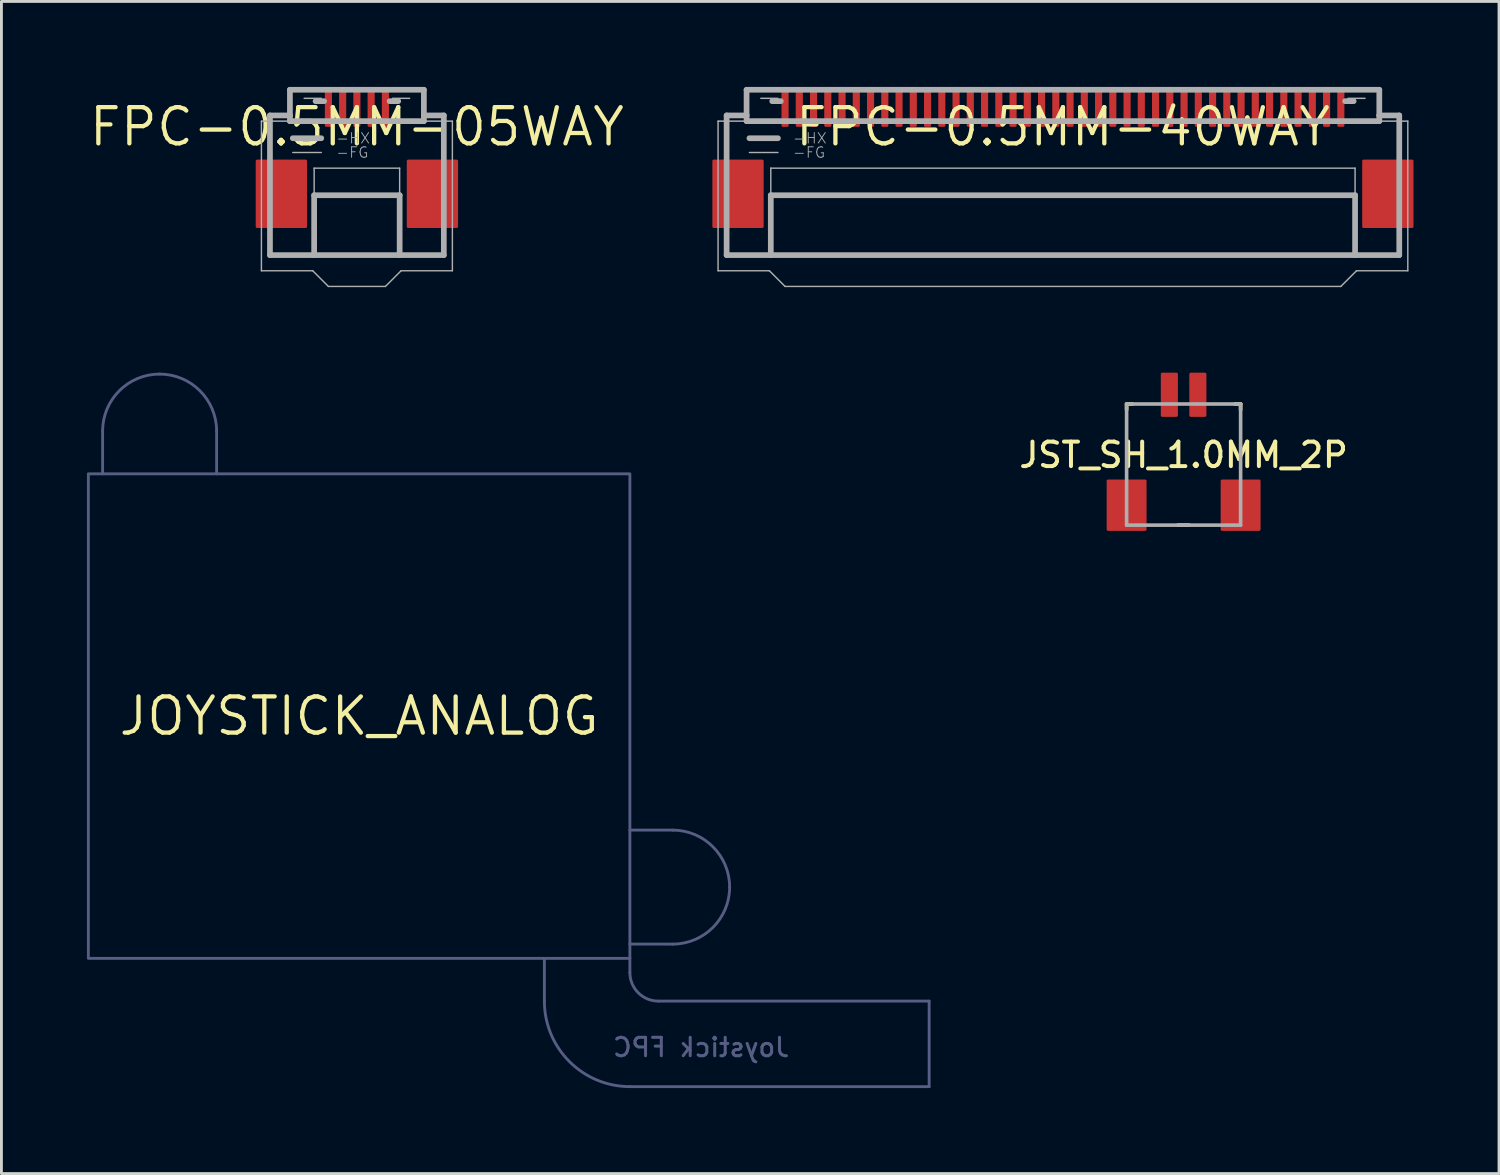
<source format=kicad_pcb>
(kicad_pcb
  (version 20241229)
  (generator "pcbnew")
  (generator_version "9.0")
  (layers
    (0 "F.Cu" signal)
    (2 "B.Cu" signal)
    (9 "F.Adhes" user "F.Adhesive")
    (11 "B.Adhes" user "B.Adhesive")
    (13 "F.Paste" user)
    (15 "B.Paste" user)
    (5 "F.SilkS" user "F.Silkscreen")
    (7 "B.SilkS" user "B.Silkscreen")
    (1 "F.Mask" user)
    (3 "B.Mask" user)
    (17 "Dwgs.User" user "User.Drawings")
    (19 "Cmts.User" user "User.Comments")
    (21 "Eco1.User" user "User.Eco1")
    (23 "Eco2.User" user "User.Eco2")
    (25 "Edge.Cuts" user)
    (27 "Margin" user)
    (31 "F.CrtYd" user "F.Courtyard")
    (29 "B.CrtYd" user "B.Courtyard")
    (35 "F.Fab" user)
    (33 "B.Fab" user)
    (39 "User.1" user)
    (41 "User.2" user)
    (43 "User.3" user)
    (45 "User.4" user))
  (footprint "JST_SH_1.0MM_2P"
    (layer "F.Cu")
    (at 38.478 15.575)
    (property "Reference" "JST_SH_1.0MM_2P" (at 0 -2.159 0) (layer "F.SilkS") (effects (font (size 0.86 0.86) (thickness 0.14)) (justify bottom)))
    (fp_line (start -2 -4.45) (end -2 -4.25) (stroke (width 0.127) (type solid)) (layer "F.SilkS"))
    (fp_line (start -2 -4.45) (end -1.8 -4.45) (stroke (width 0.127) (type solid)) (layer "F.SilkS"))
    (fp_line (start -0.2 -0.2) (end 0.2 -0.2) (stroke (width 0.127) (type solid)) (layer "F.SilkS"))
    (fp_line (start 2 -4.45) (end 1.8 -4.45) (stroke (width 0.127) (type solid)) (layer "F.SilkS"))
    (fp_line (start 2 -4.45) (end 2 -4.25) (stroke (width 0.127) (type solid)) (layer "F.SilkS"))
    (fp_line (start -2 -4.45) (end 2 -4.45) (stroke (width 0.127) (type solid)) (layer "F.Fab"))
    (fp_line (start -2 -0.2) (end -2 -4.45) (stroke (width 0.127) (type solid)) (layer "F.Fab"))
    (fp_line (start 2 -4.45) (end 2 -0.2) (stroke (width 0.127) (type solid)) (layer "F.Fab"))
    (fp_line (start 2 -0.2) (end -2 -0.2) (stroke (width 0.127) (type solid)) (layer "F.Fab"))
    (pad "1" smd roundrect (at -0.5 -4.775) (size 0.6 1.55) (layers "F.Cu" "F.Mask" "F.Paste") (roundrect_rratio 0.083))
    (pad "2" smd roundrect (at 0.5 -4.775) (size 0.6 1.55) (layers "F.Cu" "F.Mask" "F.Paste") (roundrect_rratio 0.083))
    (pad "MT1" smd roundrect (at -2 -0.9) (size 1.4 1.8) (layers "F.Cu" "F.Mask" "F.Paste") (roundrect_rratio 0.036))
    (pad "MT2" smd roundrect (at 2 -0.9) (size 1.4 1.8) (layers "F.Cu" "F.Mask" "F.Paste") (roundrect_rratio 0.036)))
  (footprint "FPC-0.5MM-40WAY"
    (layer "F.Cu")
    (at 34.244 1.4)
    (property "Reference" "FPC-0.5MM-40WAY" (at 0 0 0) (layer "F.SilkS") (effects (font (size 1.27 1.27) (thickness 0.15))))
    (fp_line (start -12.1 -0.2) (end -12.1 5.05) (stroke (width 0.05) (type solid)) (layer "F.Fab"))
    (fp_line (start -12.1 -0.2) (end 12.1 -0.2) (stroke (width 0.05) (type solid)) (layer "F.Fab"))
    (fp_line (start -11.8 -0.4) (end -11.8 4.5) (stroke (width 0.2) (type solid)) (layer "F.Fab"))
    (fp_line (start -11.8 -0.4) (end -11.1 -0.4) (stroke (width 0.2) (type solid)) (layer "F.Fab"))
    (fp_line (start -11.8 4.5) (end -10.25 4.5) (stroke (width 0.2) (type solid)) (layer "F.Fab"))
    (fp_line (start -11.1 -1.3) (end 11.1 -1.3) (stroke (width 0.2) (type solid)) (layer "F.Fab"))
    (fp_line (start -11.1 -0.4) (end -11.1 -1.3) (stroke (width 0.2) (type solid)) (layer "F.Fab"))
    (fp_line (start -11.1 -0.4) (end -11.1 -0.2) (stroke (width 0.2) (type solid)) (layer "F.Fab"))
    (fp_line (start -11.1 -0.2) (end 11.1 -0.2) (stroke (width 0.2) (type solid)) (layer "F.Fab"))
    (fp_line (start -11 0.4) (end -10 0.4) (stroke (width 0.2) (type solid)) (layer "F.Fab"))
    (fp_line (start -11 0.9) (end -10 0.9) (stroke (width 0.05) (type solid)) (layer "F.Fab"))
    (fp_line (start -10.6 -1) (end -10 -1) (stroke (width 0.05) (type solid)) (layer "F.Fab"))
    (fp_line (start -10.3 5.05) (end -12.1 5.05) (stroke (width 0.05) (type solid)) (layer "F.Fab"))
    (fp_line (start -10.25 1.45) (end -10.25 2.4) (stroke (width 0.05) (type solid)) (layer "F.Fab"))
    (fp_line (start -10.25 1.45) (end 10.25 1.45) (stroke (width 0.05) (type solid)) (layer "F.Fab"))
    (fp_line (start -10.25 2.4) (end -10.25 4.5) (stroke (width 0.2) (type solid)) (layer "F.Fab"))
    (fp_line (start -10.25 2.4) (end 10.25 2.4) (stroke (width 0.2) (type solid)) (layer "F.Fab"))
    (fp_line (start -10.25 4.5) (end 10.25 4.5) (stroke (width 0.2) (type solid)) (layer "F.Fab"))
    (fp_line (start -10.2 -0.9) (end -9.9 -0.9) (stroke (width 0.2) (type solid)) (layer "F.Fab"))
    (fp_line (start -9.75 5.6) (end -10.3 5.05) (stroke (width 0.05) (type solid)) (layer "F.Fab"))
    (fp_line (start -9.75 5.6) (end 9.75 5.6) (stroke (width 0.05) (type solid)) (layer "F.Fab"))
    (fp_line (start 9.75 5.6) (end 10.3 5.05) (stroke (width 0.05) (type solid)) (layer "F.Fab"))
    (fp_line (start 9.9 -0.9) (end 10.2 -0.9) (stroke (width 0.2) (type solid)) (layer "F.Fab"))
    (fp_line (start 10 -1) (end 10.6 -1) (stroke (width 0.05) (type solid)) (layer "F.Fab"))
    (fp_line (start 10.25 1.45) (end 10.25 2.4) (stroke (width 0.05) (type solid)) (layer "F.Fab"))
    (fp_line (start 10.25 2.4) (end 10.25 4.5) (stroke (width 0.2) (type solid)) (layer "F.Fab"))
    (fp_line (start 10.25 4.5) (end 11.8 4.5) (stroke (width 0.2) (type solid)) (layer "F.Fab"))
    (fp_line (start 10.3 5.05) (end 12.1 5.05) (stroke (width 0.05) (type solid)) (layer "F.Fab"))
    (fp_line (start 11.1 -0.4) (end 11.1 -1.3) (stroke (width 0.2) (type solid)) (layer "F.Fab"))
    (fp_line (start 11.1 -0.4) (end 11.1 -0.2) (stroke (width 0.2) (type solid)) (layer "F.Fab"))
    (fp_line (start 11.8 -0.4) (end 11.1 -0.4) (stroke (width 0.2) (type solid)) (layer "F.Fab"))
    (fp_line (start 11.8 -0.4) (end 11.8 4.5) (stroke (width 0.2) (type solid)) (layer "F.Fab"))
    (fp_line (start 12.1 -0.2) (end 12.1 5.05) (stroke (width 0.05) (type solid)) (layer "F.Fab"))
    (fp_text user "-FG" (at -9.5 0.9 0) (layer "F.Fab") (effects (font (size 0.368 0.368) (thickness 0.032)) (justify left)))
    (fp_text user "-HX" (at -9.5 0.4 0) (layer "F.Fab") (effects (font (size 0.368 0.368) (thickness 0.032)) (justify left)))
    (pad "1" smd roundrect (at 9.75 -0.7) (size 0.25 1.4) (layers "F.Cu" "F.Mask" "F.Paste") (roundrect_rratio 0.2))
    (pad "2" smd roundrect (at 9.25 -0.7) (size 0.25 1.4) (layers "F.Cu" "F.Mask" "F.Paste") (roundrect_rratio 0.2))
    (pad "3" smd roundrect (at 8.75 -0.7) (size 0.25 1.4) (layers "F.Cu" "F.Mask" "F.Paste") (roundrect_rratio 0.2))
    (pad "4" smd roundrect (at 8.25 -0.7) (size 0.25 1.4) (layers "F.Cu" "F.Mask" "F.Paste") (roundrect_rratio 0.2))
    (pad "5" smd roundrect (at 7.75 -0.7) (size 0.25 1.4) (layers "F.Cu" "F.Mask" "F.Paste") (roundrect_rratio 0.2))
    (pad "6" smd roundrect (at 7.25 -0.7) (size 0.25 1.4) (layers "F.Cu" "F.Mask" "F.Paste") (roundrect_rratio 0.2))
    (pad "7" smd roundrect (at 6.75 -0.7) (size 0.25 1.4) (layers "F.Cu" "F.Mask" "F.Paste") (roundrect_rratio 0.2))
    (pad "8" smd roundrect (at 6.25 -0.7) (size 0.25 1.4) (layers "F.Cu" "F.Mask" "F.Paste") (roundrect_rratio 0.2))
    (pad "9" smd roundrect (at 5.75 -0.7) (size 0.25 1.4) (layers "F.Cu" "F.Mask" "F.Paste") (roundrect_rratio 0.2))
    (pad "10" smd roundrect (at 5.25 -0.7) (size 0.25 1.4) (layers "F.Cu" "F.Mask" "F.Paste") (roundrect_rratio 0.2))
    (pad "11" smd roundrect (at 4.75 -0.7) (size 0.25 1.4) (layers "F.Cu" "F.Mask" "F.Paste") (roundrect_rratio 0.2))
    (pad "12" smd roundrect (at 4.25 -0.7) (size 0.25 1.4) (layers "F.Cu" "F.Mask" "F.Paste") (roundrect_rratio 0.2))
    (pad "13" smd roundrect (at 3.75 -0.7) (size 0.25 1.4) (layers "F.Cu" "F.Mask" "F.Paste") (roundrect_rratio 0.2))
    (pad "14" smd roundrect (at 3.25 -0.7) (size 0.25 1.4) (layers "F.Cu" "F.Mask" "F.Paste") (roundrect_rratio 0.2))
    (pad "15" smd roundrect (at 2.75 -0.7) (size 0.25 1.4) (layers "F.Cu" "F.Mask" "F.Paste") (roundrect_rratio 0.2))
    (pad "16" smd roundrect (at 2.25 -0.7) (size 0.25 1.4) (layers "F.Cu" "F.Mask" "F.Paste") (roundrect_rratio 0.2))
    (pad "17" smd roundrect (at 1.75 -0.7) (size 0.25 1.4) (layers "F.Cu" "F.Mask" "F.Paste") (roundrect_rratio 0.2))
    (pad "18" smd roundrect (at 1.25 -0.7) (size 0.25 1.4) (layers "F.Cu" "F.Mask" "F.Paste") (roundrect_rratio 0.2))
    (pad "19" smd roundrect (at 0.75 -0.7) (size 0.25 1.4) (layers "F.Cu" "F.Mask" "F.Paste") (roundrect_rratio 0.2))
    (pad "20" smd roundrect (at 0.25 -0.7) (size 0.25 1.4) (layers "F.Cu" "F.Mask" "F.Paste") (roundrect_rratio 0.2))
    (pad "21" smd roundrect (at -0.25 -0.7) (size 0.25 1.4) (layers "F.Cu" "F.Mask" "F.Paste") (roundrect_rratio 0.2))
    (pad "22" smd roundrect (at -0.75 -0.7) (size 0.25 1.4) (layers "F.Cu" "F.Mask" "F.Paste") (roundrect_rratio 0.2))
    (pad "23" smd roundrect (at -1.25 -0.7) (size 0.25 1.4) (layers "F.Cu" "F.Mask" "F.Paste") (roundrect_rratio 0.2))
    (pad "24" smd roundrect (at -1.75 -0.7) (size 0.25 1.4) (layers "F.Cu" "F.Mask" "F.Paste") (roundrect_rratio 0.2))
    (pad "25" smd roundrect (at -2.25 -0.7) (size 0.25 1.4) (layers "F.Cu" "F.Mask" "F.Paste") (roundrect_rratio 0.2))
    (pad "26" smd roundrect (at -2.75 -0.7) (size 0.25 1.4) (layers "F.Cu" "F.Mask" "F.Paste") (roundrect_rratio 0.2))
    (pad "27" smd roundrect (at -3.25 -0.7) (size 0.25 1.4) (layers "F.Cu" "F.Mask" "F.Paste") (roundrect_rratio 0.2))
    (pad "28" smd roundrect (at -3.75 -0.7) (size 0.25 1.4) (layers "F.Cu" "F.Mask" "F.Paste") (roundrect_rratio 0.2))
    (pad "29" smd roundrect (at -4.25 -0.7) (size 0.25 1.4) (layers "F.Cu" "F.Mask" "F.Paste") (roundrect_rratio 0.2))
    (pad "30" smd roundrect (at -4.75 -0.7) (size 0.25 1.4) (layers "F.Cu" "F.Mask" "F.Paste") (roundrect_rratio 0.2))
    (pad "31" smd roundrect (at -5.25 -0.7) (size 0.25 1.4) (layers "F.Cu" "F.Mask" "F.Paste") (roundrect_rratio 0.2))
    (pad "32" smd roundrect (at -5.75 -0.7) (size 0.25 1.4) (layers "F.Cu" "F.Mask" "F.Paste") (roundrect_rratio 0.2))
    (pad "33" smd roundrect (at -6.25 -0.7) (size 0.25 1.4) (layers "F.Cu" "F.Mask" "F.Paste") (roundrect_rratio 0.2))
    (pad "34" smd roundrect (at -6.75 -0.7) (size 0.25 1.4) (layers "F.Cu" "F.Mask" "F.Paste") (roundrect_rratio 0.2))
    (pad "35" smd roundrect (at -7.25 -0.7) (size 0.25 1.4) (layers "F.Cu" "F.Mask" "F.Paste") (roundrect_rratio 0.2))
    (pad "36" smd roundrect (at -7.75 -0.7) (size 0.25 1.4) (layers "F.Cu" "F.Mask" "F.Paste") (roundrect_rratio 0.2))
    (pad "37" smd roundrect (at -8.25 -0.7) (size 0.25 1.4) (layers "F.Cu" "F.Mask" "F.Paste") (roundrect_rratio 0.2))
    (pad "38" smd roundrect (at -8.75 -0.7) (size 0.25 1.4) (layers "F.Cu" "F.Mask" "F.Paste") (roundrect_rratio 0.2))
    (pad "39" smd roundrect (at -9.25 -0.7) (size 0.25 1.4) (layers "F.Cu" "F.Mask" "F.Paste") (roundrect_rratio 0.2))
    (pad "40" smd roundrect (at -9.75 -0.7) (size 0.25 1.4) (layers "F.Cu" "F.Mask" "F.Paste") (roundrect_rratio 0.2))
    (pad "MT1" smd roundrect (at -11.4 2.35) (size 1.8 2.4) (layers "F.Cu" "F.Mask" "F.Paste") (roundrect_rratio 0.028))
    (pad "MT2" smd roundrect (at 11.4 2.35) (size 1.8 2.4) (layers "F.Cu" "F.Mask" "F.Paste") (roundrect_rratio 0.028)))
  (footprint "FPC-0.5MM-05WAY"
    (layer "F.Cu")
    (at 9.472 1.4)
    (property "Reference" "FPC-0.5MM-05WAY" (at 0 0 0) (layer "F.SilkS") (effects (font (size 1.27 1.27) (thickness 0.15))))
    (fp_line (start -3.35 -0.2) (end -3.35 5.05) (stroke (width 0.05) (type solid)) (layer "F.Fab"))
    (fp_line (start -3.35 -0.2) (end 3.35 -0.2) (stroke (width 0.05) (type solid)) (layer "F.Fab"))
    (fp_line (start -3.05 -0.4) (end -3.05 4.5) (stroke (width 0.2) (type solid)) (layer "F.Fab"))
    (fp_line (start -3.05 -0.4) (end -2.35 -0.4) (stroke (width 0.2) (type solid)) (layer "F.Fab"))
    (fp_line (start -3.05 4.5) (end -1.5 4.5) (stroke (width 0.2) (type solid)) (layer "F.Fab"))
    (fp_line (start -2.35 -1.3) (end 2.35 -1.3) (stroke (width 0.2) (type solid)) (layer "F.Fab"))
    (fp_line (start -2.35 -0.4) (end -2.35 -1.3) (stroke (width 0.2) (type solid)) (layer "F.Fab"))
    (fp_line (start -2.35 -0.4) (end -2.35 -0.2) (stroke (width 0.2) (type solid)) (layer "F.Fab"))
    (fp_line (start -2.35 -0.2) (end 2.35 -0.2) (stroke (width 0.2) (type solid)) (layer "F.Fab"))
    (fp_line (start -2.25 0.4) (end -1.25 0.4) (stroke (width 0.2) (type solid)) (layer "F.Fab"))
    (fp_line (start -2.25 0.9) (end -1.25 0.9) (stroke (width 0.05) (type solid)) (layer "F.Fab"))
    (fp_line (start -1.85 -1) (end -1.25 -1) (stroke (width 0.05) (type solid)) (layer "F.Fab"))
    (fp_line (start -1.55 5.05) (end -3.35 5.05) (stroke (width 0.05) (type solid)) (layer "F.Fab"))
    (fp_line (start -1.5 1.45) (end -1.5 2.4) (stroke (width 0.05) (type solid)) (layer "F.Fab"))
    (fp_line (start -1.5 1.45) (end 1.5 1.45) (stroke (width 0.05) (type solid)) (layer "F.Fab"))
    (fp_line (start -1.5 2.4) (end -1.5 4.5) (stroke (width 0.2) (type solid)) (layer "F.Fab"))
    (fp_line (start -1.5 2.4) (end 1.5 2.4) (stroke (width 0.2) (type solid)) (layer "F.Fab"))
    (fp_line (start -1.5 4.5) (end 1.5 4.5) (stroke (width 0.2) (type solid)) (layer "F.Fab"))
    (fp_line (start -1.45 -0.9) (end -1.15 -0.9) (stroke (width 0.2) (type solid)) (layer "F.Fab"))
    (fp_line (start -1 5.6) (end -1.55 5.05) (stroke (width 0.05) (type solid)) (layer "F.Fab"))
    (fp_line (start -1 5.6) (end 1 5.6) (stroke (width 0.05) (type solid)) (layer "F.Fab"))
    (fp_line (start 1 5.6) (end 1.55 5.05) (stroke (width 0.05) (type solid)) (layer "F.Fab"))
    (fp_line (start 1.15 -0.9) (end 1.45 -0.9) (stroke (width 0.2) (type solid)) (layer "F.Fab"))
    (fp_line (start 1.25 -1) (end 1.85 -1) (stroke (width 0.05) (type solid)) (layer "F.Fab"))
    (fp_line (start 1.5 1.45) (end 1.5 2.4) (stroke (width 0.05) (type solid)) (layer "F.Fab"))
    (fp_line (start 1.5 2.4) (end 1.5 4.5) (stroke (width 0.2) (type solid)) (layer "F.Fab"))
    (fp_line (start 1.5 4.5) (end 3.05 4.5) (stroke (width 0.2) (type solid)) (layer "F.Fab"))
    (fp_line (start 1.55 5.05) (end 3.35 5.05) (stroke (width 0.05) (type solid)) (layer "F.Fab"))
    (fp_line (start 2.35 -0.4) (end 2.35 -1.3) (stroke (width 0.2) (type solid)) (layer "F.Fab"))
    (fp_line (start 2.35 -0.4) (end 2.35 -0.2) (stroke (width 0.2) (type solid)) (layer "F.Fab"))
    (fp_line (start 3.05 -0.4) (end 2.35 -0.4) (stroke (width 0.2) (type solid)) (layer "F.Fab"))
    (fp_line (start 3.05 -0.4) (end 3.05 4.5) (stroke (width 0.2) (type solid)) (layer "F.Fab"))
    (fp_line (start 3.35 -0.2) (end 3.35 5.05) (stroke (width 0.05) (type solid)) (layer "F.Fab"))
    (fp_text user "-HX" (at -0.75 0.4 0) (layer "F.Fab") (effects (font (size 0.368 0.368) (thickness 0.032)) (justify left)))
    (fp_text user "-FG" (at -0.75 0.9 0) (layer "F.Fab") (effects (font (size 0.368 0.368) (thickness 0.032)) (justify left)))
    (pad "1" smd roundrect (at 1 -0.7) (size 0.25 1.4) (layers "F.Cu" "F.Mask" "F.Paste") (roundrect_rratio 0.2))
    (pad "2" smd roundrect (at 0.5 -0.7) (size 0.25 1.4) (layers "F.Cu" "F.Mask" "F.Paste") (roundrect_rratio 0.2))
    (pad "3" smd roundrect (at 0 -0.7) (size 0.25 1.4) (layers "F.Cu" "F.Mask" "F.Paste") (roundrect_rratio 0.2))
    (pad "4" smd roundrect (at -0.5 -0.7) (size 0.25 1.4) (layers "F.Cu" "F.Mask" "F.Paste") (roundrect_rratio 0.2))
    (pad "5" smd roundrect (at -1 -0.7) (size 0.25 1.4) (layers "F.Cu" "F.Mask" "F.Paste") (roundrect_rratio 0.2))
    (pad "MP" smd roundrect (at -2.65 2.35) (size 1.8 2.4) (layers "F.Cu" "F.Mask" "F.Paste") (roundrect_rratio 0.028))
    (pad "MP" smd roundrect (at 2.65 2.35) (size 1.8 2.4) (layers "F.Cu" "F.Mask" "F.Paste") (roundrect_rratio 0.028)))
  (footprint "JOYSTICK_ANALOG"
    (layer "F.Cu")
    (at 9.55 22.075)
    (property "Reference" "JOYSTICK_ANALOG" (at 0 0 0) (layer "F.SilkS") (effects (font (size 1.27 1.27) (thickness 0.15))))
    (fp_line (start -9 -8.5) (end -9 -10) (stroke (width 0.1) (type solid)) (layer "B.Fab"))
    (fp_line (start -5 -10) (end -5 -8.5) (stroke (width 0.1) (type solid)) (layer "B.Fab"))
    (fp_line (start 6.5 8.5) (end 6.5 10) (stroke (width 0.1) (type solid)) (layer "B.Fab"))
    (fp_line (start 9.5 4) (end 11 4) (stroke (width 0.1) (type solid)) (layer "B.Fab"))
    (fp_line (start 9.5 9) (end 9.5 8.5) (stroke (width 0.1) (type solid)) (layer "B.Fab"))
    (fp_line (start 9.5 13) (end 20 13) (stroke (width 0.1) (type solid)) (layer "B.Fab"))
    (fp_line (start 11 8) (end 9.5 8) (stroke (width 0.1) (type solid)) (layer "B.Fab"))
    (fp_line (start 20 10) (end 10.5 10) (stroke (width 0.1) (type solid)) (layer "B.Fab"))
    (fp_line (start 20 13) (end 20 10) (stroke (width 0.1) (type solid)) (layer "B.Fab"))
    (fp_arc (start -9 -10) (mid -8.414214 -11.414214) (end -7 -12) (stroke (width 0.1) (type solid)) (layer "B.Fab"))
    (fp_arc (start -7 -12) (mid -5.585786 -11.414214) (end -5 -10) (stroke (width 0.1) (type solid)) (layer "B.Fab"))
    (fp_arc (start 9.5 13) (mid 7.37868 12.12132) (end 6.5 10) (stroke (width 0.1) (type solid)) (layer "B.Fab"))
    (fp_arc (start 10.5 10) (mid 9.792893 9.707107) (end 9.5 9) (stroke (width 0.1) (type solid)) (layer "B.Fab"))
    (fp_arc (start 11 4) (mid 12.414214 4.585786) (end 13 6) (stroke (width 0.1) (type solid)) (layer "B.Fab"))
    (fp_arc (start 13 6) (mid 12.414214 7.414214) (end 11 8) (stroke (width 0.1) (type solid)) (layer "B.Fab"))
    (fp_poly (pts (xy 9.5 8.5) (xy 9.5 -8.5) (xy -9.5 -8.5) (xy -9.5 8.5)) (stroke (width 0.1) (type default)) (fill no) (layer "B.Fab"))
    (fp_text user "Joystick FPC" (at 12 12 0) (layer "B.Fab") (effects (font (size 0.645 0.645) (thickness 0.105)) (justify bottom mirror))))
  (gr_rect
    (start -3 -3)
    (end 49.544 38.125)
    (stroke (width 0.1) (type default))
    (fill no)
    (layer "Edge.Cuts")))
</source>
